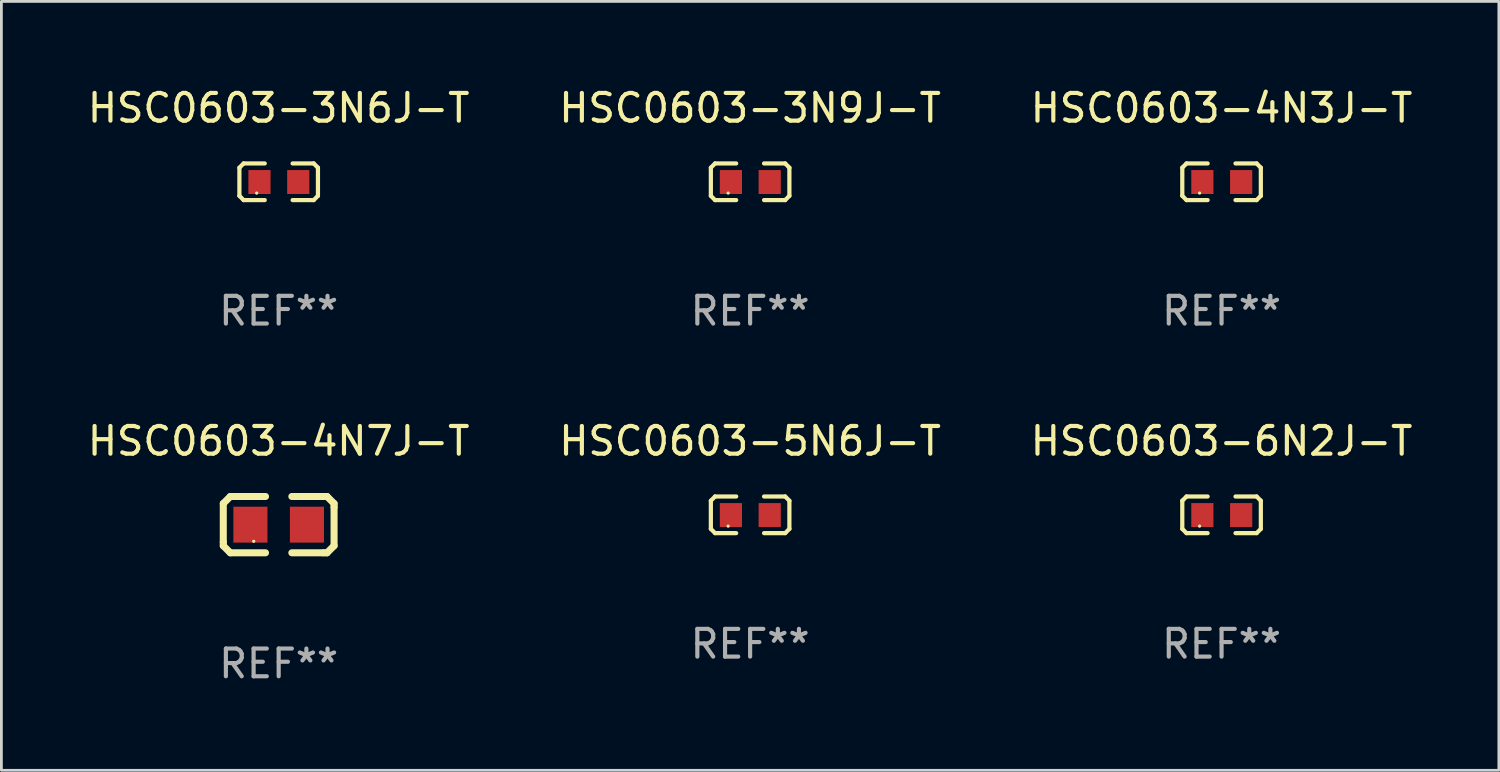
<source format=kicad_pcb>
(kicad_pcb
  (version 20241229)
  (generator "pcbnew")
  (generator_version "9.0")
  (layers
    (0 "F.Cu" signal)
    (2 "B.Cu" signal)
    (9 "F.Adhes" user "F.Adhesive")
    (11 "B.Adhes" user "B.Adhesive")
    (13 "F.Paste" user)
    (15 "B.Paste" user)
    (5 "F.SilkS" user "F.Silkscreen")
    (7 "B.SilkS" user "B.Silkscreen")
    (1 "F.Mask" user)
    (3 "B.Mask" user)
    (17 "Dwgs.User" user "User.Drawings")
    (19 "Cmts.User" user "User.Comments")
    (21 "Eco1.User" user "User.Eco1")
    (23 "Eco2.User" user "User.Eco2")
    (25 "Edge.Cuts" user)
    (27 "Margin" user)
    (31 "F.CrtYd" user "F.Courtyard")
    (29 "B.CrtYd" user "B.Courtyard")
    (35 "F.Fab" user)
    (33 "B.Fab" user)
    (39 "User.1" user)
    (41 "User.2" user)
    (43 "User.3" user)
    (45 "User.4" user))
  (footprint "HSC0603-5N6J-T"
    (layer "F.Cu")
    (at 24.018 15.527)
    (property "Reference" "HSC0603-5N6J-T" (at 0 -2.661 0) (layer "F.SilkS") (effects (font (size 1 1) (thickness 0.15))))
    (attr through_hole)
    (fp_line (start -1.417 -0.508) (end -1.265 -0.661) (stroke (width 0.152) (type solid)) (layer "F.SilkS"))
    (fp_line (start -1.417 0.508) (end -1.417 -0.508) (stroke (width 0.152) (type solid)) (layer "F.SilkS"))
    (fp_line (start -1.265 -0.661) (end -0.503 -0.661) (stroke (width 0.152) (type solid)) (layer "F.SilkS"))
    (fp_line (start -1.265 0.661) (end -1.417 0.508) (stroke (width 0.152) (type solid)) (layer "F.SilkS"))
    (fp_line (start -1.265 0.661) (end -0.503 0.661) (stroke (width 0.152) (type solid)) (layer "F.SilkS"))
    (fp_line (start 1.265 -0.661) (end 0.503 -0.661) (stroke (width 0.152) (type solid)) (layer "F.SilkS"))
    (fp_line (start 1.265 -0.661) (end 1.417 -0.508) (stroke (width 0.152) (type solid)) (layer "F.SilkS"))
    (fp_line (start 1.265 0.661) (end 0.503 0.661) (stroke (width 0.152) (type solid)) (layer "F.SilkS"))
    (fp_line (start 1.417 -0.508) (end 1.417 0.508) (stroke (width 0.152) (type solid)) (layer "F.SilkS"))
    (fp_line (start 1.417 0.508) (end 1.265 0.661) (stroke (width 0.152) (type solid)) (layer "F.SilkS"))
    (fp_circle (center -0.793 0.409) (end -0.763 0.409) (stroke (width 0.06) (type solid)) (fill no) (layer "F.SilkS"))
    (fp_text user "REF**" (at 0 4.661 0) (layer "F.Fab") (effects (font (size 1 1) (thickness 0.15))))
    (pad "1" smd rect (at -0.693 0.009 180) (size 0.8 0.864) (layers "F.Cu" "F.Mask" "F.Paste"))
    (pad "2" smd rect (at 0.707 0.009 180) (size 0.8 0.864) (layers "F.Cu" "F.Mask" "F.Paste")))
  (footprint "HSC0603-3N6J-T"
    (layer "F.Cu")
    (at 7.006 3.509)
    (property "Reference" "HSC0603-3N6J-T" (at 0 -2.661 0) (layer "F.SilkS") (effects (font (size 1 1) (thickness 0.15))))
    (attr through_hole)
    (fp_line (start -1.417 -0.508) (end -1.265 -0.661) (stroke (width 0.152) (type solid)) (layer "F.SilkS"))
    (fp_line (start -1.417 0.508) (end -1.417 -0.508) (stroke (width 0.152) (type solid)) (layer "F.SilkS"))
    (fp_line (start -1.265 -0.661) (end -0.503 -0.661) (stroke (width 0.152) (type solid)) (layer "F.SilkS"))
    (fp_line (start -1.265 0.661) (end -1.417 0.508) (stroke (width 0.152) (type solid)) (layer "F.SilkS"))
    (fp_line (start -1.265 0.661) (end -0.503 0.661) (stroke (width 0.152) (type solid)) (layer "F.SilkS"))
    (fp_line (start 1.265 -0.661) (end 0.503 -0.661) (stroke (width 0.152) (type solid)) (layer "F.SilkS"))
    (fp_line (start 1.265 -0.661) (end 1.417 -0.508) (stroke (width 0.152) (type solid)) (layer "F.SilkS"))
    (fp_line (start 1.265 0.661) (end 0.503 0.661) (stroke (width 0.152) (type solid)) (layer "F.SilkS"))
    (fp_line (start 1.417 -0.508) (end 1.417 0.508) (stroke (width 0.152) (type solid)) (layer "F.SilkS"))
    (fp_line (start 1.417 0.508) (end 1.265 0.661) (stroke (width 0.152) (type solid)) (layer "F.SilkS"))
    (fp_circle (center -0.793 0.409) (end -0.763 0.409) (stroke (width 0.06) (type solid)) (fill no) (layer "F.SilkS"))
    (fp_text user "REF**" (at 0 4.661 0) (layer "F.Fab") (effects (font (size 1 1) (thickness 0.15))))
    (pad "1" smd rect (at -0.693 0.009 180) (size 0.8 0.864) (layers "F.Cu" "F.Mask" "F.Paste"))
    (pad "2" smd rect (at 0.707 0.009 180) (size 0.8 0.864) (layers "F.Cu" "F.Mask" "F.Paste")))
  (footprint "HSC0603-4N7J-T"
    (layer "F.Cu")
    (at 7.006 15.882)
    (property "Reference" "HSC0603-4N7J-T" (at 0 -3.016 0) (layer "F.SilkS") (effects (font (size 1 1) (thickness 0.15))))
    (attr through_hole)
    (fp_line (start -1.999 -0.762) (end -1.999 0.635) (stroke (width 0.254) (type solid)) (layer "F.SilkS"))
    (fp_line (start -1.999 0.635) (end -1.999 0.762) (stroke (width 0.254) (type solid)) (layer "F.SilkS"))
    (fp_line (start -1.999 0.762) (end -1.745 1.016) (stroke (width 0.254) (type solid)) (layer "F.SilkS"))
    (fp_line (start -1.745 -1.016) (end -1.999 -0.762) (stroke (width 0.254) (type solid)) (layer "F.SilkS"))
    (fp_line (start -1.745 1.016) (end -0.475 1.016) (stroke (width 0.254) (type solid)) (layer "F.SilkS"))
    (fp_line (start -1.618 -1.016) (end -1.745 -1.016) (stroke (width 0.254) (type solid)) (layer "F.SilkS"))
    (fp_line (start -0.475 -1.016) (end -1.618 -1.016) (stroke (width 0.254) (type solid)) (layer "F.SilkS"))
    (fp_line (start 0.475 1.016) (end 1.618 1.016) (stroke (width 0.254) (type solid)) (layer "F.SilkS"))
    (fp_line (start 1.618 1.016) (end 1.745 1.016) (stroke (width 0.254) (type solid)) (layer "F.SilkS"))
    (fp_line (start 1.745 -1.016) (end 0.475 -1.016) (stroke (width 0.254) (type solid)) (layer "F.SilkS"))
    (fp_line (start 1.745 1.016) (end 1.999 0.762) (stroke (width 0.254) (type solid)) (layer "F.SilkS"))
    (fp_line (start 1.999 -0.762) (end 1.745 -1.016) (stroke (width 0.254) (type solid)) (layer "F.SilkS"))
    (fp_line (start 1.999 -0.635) (end 1.999 -0.762) (stroke (width 0.254) (type solid)) (layer "F.SilkS"))
    (fp_line (start 1.999 0.762) (end 1.999 -0.635) (stroke (width 0.254) (type solid)) (layer "F.SilkS"))
    (fp_circle (center -0.9 0.6) (end -0.87 0.6) (stroke (width 0.06) (type solid)) (fill no) (layer "F.SilkS"))
    (fp_text user "REF**" (at 0 5.016 0) (layer "F.Fab") (effects (font (size 1 1) (thickness 0.15))))
    (pad "1" smd rect (at -1.02 0) (size 1.23 1.296) (layers "F.Cu" "F.Mask" "F.Paste"))
    (pad "2" smd rect (at 1.02 0) (size 1.23 1.296) (layers "F.Cu" "F.Mask" "F.Paste")))
  (footprint "HSC0603-6N2J-T"
    (layer "F.Cu")
    (at 41.03 15.527)
    (property "Reference" "HSC0603-6N2J-T" (at 0 -2.661 0) (layer "F.SilkS") (effects (font (size 1 1) (thickness 0.15))))
    (attr through_hole)
    (fp_line (start -1.417 -0.508) (end -1.265 -0.661) (stroke (width 0.152) (type solid)) (layer "F.SilkS"))
    (fp_line (start -1.417 0.508) (end -1.417 -0.508) (stroke (width 0.152) (type solid)) (layer "F.SilkS"))
    (fp_line (start -1.265 -0.661) (end -0.503 -0.661) (stroke (width 0.152) (type solid)) (layer "F.SilkS"))
    (fp_line (start -1.265 0.661) (end -1.417 0.508) (stroke (width 0.152) (type solid)) (layer "F.SilkS"))
    (fp_line (start -1.265 0.661) (end -0.503 0.661) (stroke (width 0.152) (type solid)) (layer "F.SilkS"))
    (fp_line (start 1.265 -0.661) (end 0.503 -0.661) (stroke (width 0.152) (type solid)) (layer "F.SilkS"))
    (fp_line (start 1.265 -0.661) (end 1.417 -0.508) (stroke (width 0.152) (type solid)) (layer "F.SilkS"))
    (fp_line (start 1.265 0.661) (end 0.503 0.661) (stroke (width 0.152) (type solid)) (layer "F.SilkS"))
    (fp_line (start 1.417 -0.508) (end 1.417 0.508) (stroke (width 0.152) (type solid)) (layer "F.SilkS"))
    (fp_line (start 1.417 0.508) (end 1.265 0.661) (stroke (width 0.152) (type solid)) (layer "F.SilkS"))
    (fp_circle (center -0.793 0.409) (end -0.763 0.409) (stroke (width 0.06) (type solid)) (fill no) (layer "F.SilkS"))
    (fp_text user "REF**" (at 0 4.661 0) (layer "F.Fab") (effects (font (size 1 1) (thickness 0.15))))
    (pad "1" smd rect (at -0.693 0.009 180) (size 0.8 0.864) (layers "F.Cu" "F.Mask" "F.Paste"))
    (pad "2" smd rect (at 0.707 0.009 180) (size 0.8 0.864) (layers "F.Cu" "F.Mask" "F.Paste")))
  (footprint "HSC0603-3N9J-T"
    (layer "F.Cu")
    (at 24.018 3.509)
    (property "Reference" "HSC0603-3N9J-T" (at 0 -2.661 0) (layer "F.SilkS") (effects (font (size 1 1) (thickness 0.15))))
    (attr through_hole)
    (fp_line (start -1.417 -0.508) (end -1.265 -0.661) (stroke (width 0.152) (type solid)) (layer "F.SilkS"))
    (fp_line (start -1.417 0.508) (end -1.417 -0.508) (stroke (width 0.152) (type solid)) (layer "F.SilkS"))
    (fp_line (start -1.265 -0.661) (end -0.503 -0.661) (stroke (width 0.152) (type solid)) (layer "F.SilkS"))
    (fp_line (start -1.265 0.661) (end -1.417 0.508) (stroke (width 0.152) (type solid)) (layer "F.SilkS"))
    (fp_line (start -1.265 0.661) (end -0.503 0.661) (stroke (width 0.152) (type solid)) (layer "F.SilkS"))
    (fp_line (start 1.265 -0.661) (end 0.503 -0.661) (stroke (width 0.152) (type solid)) (layer "F.SilkS"))
    (fp_line (start 1.265 -0.661) (end 1.417 -0.508) (stroke (width 0.152) (type solid)) (layer "F.SilkS"))
    (fp_line (start 1.265 0.661) (end 0.503 0.661) (stroke (width 0.152) (type solid)) (layer "F.SilkS"))
    (fp_line (start 1.417 -0.508) (end 1.417 0.508) (stroke (width 0.152) (type solid)) (layer "F.SilkS"))
    (fp_line (start 1.417 0.508) (end 1.265 0.661) (stroke (width 0.152) (type solid)) (layer "F.SilkS"))
    (fp_circle (center -0.793 0.409) (end -0.763 0.409) (stroke (width 0.06) (type solid)) (fill no) (layer "F.SilkS"))
    (fp_text user "REF**" (at 0 4.661 0) (layer "F.Fab") (effects (font (size 1 1) (thickness 0.15))))
    (pad "1" smd rect (at -0.693 0.009 180) (size 0.8 0.864) (layers "F.Cu" "F.Mask" "F.Paste"))
    (pad "2" smd rect (at 0.707 0.009 180) (size 0.8 0.864) (layers "F.Cu" "F.Mask" "F.Paste")))
  (footprint "HSC0603-4N3J-T"
    (layer "F.Cu")
    (at 41.03 3.509)
    (property "Reference" "HSC0603-4N3J-T" (at 0 -2.661 0) (layer "F.SilkS") (effects (font (size 1 1) (thickness 0.15))))
    (attr through_hole)
    (fp_line (start -1.417 -0.508) (end -1.265 -0.661) (stroke (width 0.152) (type solid)) (layer "F.SilkS"))
    (fp_line (start -1.417 0.508) (end -1.417 -0.508) (stroke (width 0.152) (type solid)) (layer "F.SilkS"))
    (fp_line (start -1.265 -0.661) (end -0.503 -0.661) (stroke (width 0.152) (type solid)) (layer "F.SilkS"))
    (fp_line (start -1.265 0.661) (end -1.417 0.508) (stroke (width 0.152) (type solid)) (layer "F.SilkS"))
    (fp_line (start -1.265 0.661) (end -0.503 0.661) (stroke (width 0.152) (type solid)) (layer "F.SilkS"))
    (fp_line (start 1.265 -0.661) (end 0.503 -0.661) (stroke (width 0.152) (type solid)) (layer "F.SilkS"))
    (fp_line (start 1.265 -0.661) (end 1.417 -0.508) (stroke (width 0.152) (type solid)) (layer "F.SilkS"))
    (fp_line (start 1.265 0.661) (end 0.503 0.661) (stroke (width 0.152) (type solid)) (layer "F.SilkS"))
    (fp_line (start 1.417 -0.508) (end 1.417 0.508) (stroke (width 0.152) (type solid)) (layer "F.SilkS"))
    (fp_line (start 1.417 0.508) (end 1.265 0.661) (stroke (width 0.152) (type solid)) (layer "F.SilkS"))
    (fp_circle (center -0.793 0.409) (end -0.763 0.409) (stroke (width 0.06) (type solid)) (fill no) (layer "F.SilkS"))
    (fp_text user "REF**" (at 0 4.661 0) (layer "F.Fab") (effects (font (size 1 1) (thickness 0.15))))
    (pad "1" smd rect (at -0.693 0.009 180) (size 0.8 0.864) (layers "F.Cu" "F.Mask" "F.Paste"))
    (pad "2" smd rect (at 0.707 0.009 180) (size 0.8 0.864) (layers "F.Cu" "F.Mask" "F.Paste")))
  (gr_rect
    (start -3 -3)
    (end 51.036 24.746)
    (stroke (width 0.1) (type default))
    (fill no)
    (layer "Edge.Cuts")))
</source>
